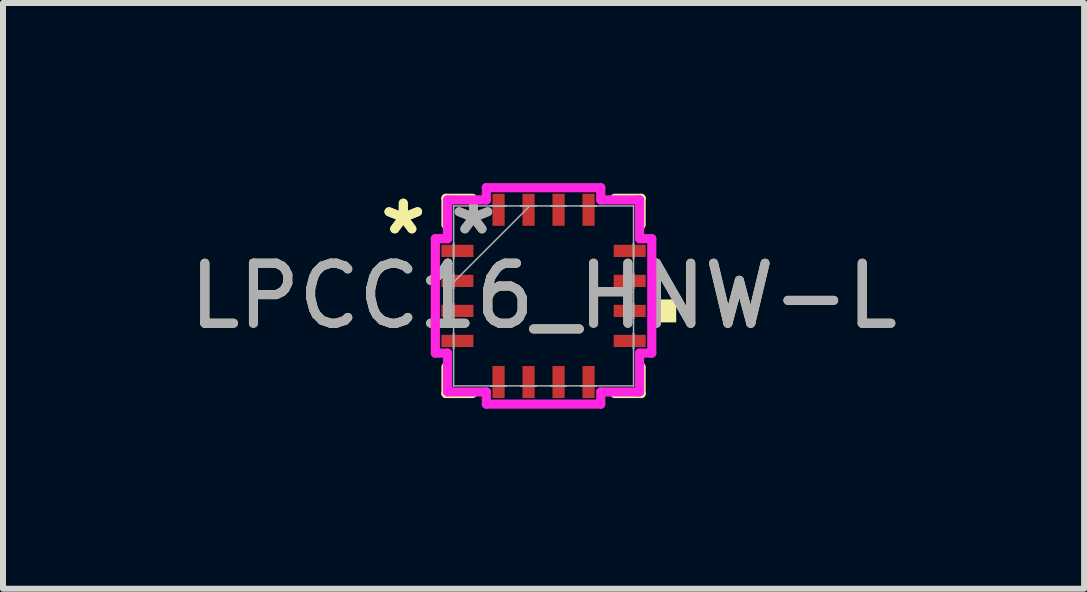
<source format=kicad_pcb>
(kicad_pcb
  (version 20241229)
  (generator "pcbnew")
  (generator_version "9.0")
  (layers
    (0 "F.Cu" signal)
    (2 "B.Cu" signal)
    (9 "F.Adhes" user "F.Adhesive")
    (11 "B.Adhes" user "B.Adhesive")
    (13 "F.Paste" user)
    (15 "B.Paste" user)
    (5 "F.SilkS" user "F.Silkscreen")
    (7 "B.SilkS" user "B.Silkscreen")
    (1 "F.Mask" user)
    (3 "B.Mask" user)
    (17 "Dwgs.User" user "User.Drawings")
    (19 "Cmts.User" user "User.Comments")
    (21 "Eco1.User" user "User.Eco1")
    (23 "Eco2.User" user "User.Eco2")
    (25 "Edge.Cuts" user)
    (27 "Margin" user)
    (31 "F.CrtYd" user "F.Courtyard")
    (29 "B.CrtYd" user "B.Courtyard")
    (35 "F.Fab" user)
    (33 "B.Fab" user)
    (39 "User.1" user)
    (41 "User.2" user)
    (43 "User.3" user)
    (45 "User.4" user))
  (footprint "LPCC16_HNW-L"
    (layer "F.Cu")
    (at 6.006 1.88)
    (property "Reference" "LPCC16_HNW-L" (at 0 0 0) (unlocked yes) (layer "F.SilkS") (effects (font (size 1 1) (thickness 0.15))))
    (attr smd)
    (fp_line (start -1.626 -1.626) (end -1.626 -1.184) (stroke (width 0.152) (type solid)) (layer "F.SilkS"))
    (fp_line (start -1.626 1.184) (end -1.626 1.626) (stroke (width 0.152) (type solid)) (layer "F.SilkS"))
    (fp_line (start -1.626 1.626) (end -1.184 1.626) (stroke (width 0.152) (type solid)) (layer "F.SilkS"))
    (fp_line (start -1.184 -1.626) (end -1.626 -1.626) (stroke (width 0.152) (type solid)) (layer "F.SilkS"))
    (fp_line (start 1.184 1.626) (end 1.626 1.626) (stroke (width 0.152) (type solid)) (layer "F.SilkS"))
    (fp_line (start 1.626 -1.626) (end 1.184 -1.626) (stroke (width 0.152) (type solid)) (layer "F.SilkS"))
    (fp_line (start 1.626 -1.184) (end 1.626 -1.626) (stroke (width 0.152) (type solid)) (layer "F.SilkS"))
    (fp_line (start 1.626 1.626) (end 1.626 1.184) (stroke (width 0.152) (type solid)) (layer "F.SilkS"))
    (fp_poly (pts (xy 2.21 0.059) (xy 2.21 0.441) (xy 1.956 0.441) (xy 1.956 0.059)) (stroke (width 0) (type solid)) (fill yes) (layer "F.SilkS"))
    (fp_line (start -1.803 -0.953) (end -1.6 -0.953) (stroke (width 0.152) (type solid)) (layer "F.CrtYd"))
    (fp_line (start -1.803 0.953) (end -1.803 -0.953) (stroke (width 0.152) (type solid)) (layer "F.CrtYd"))
    (fp_line (start -1.6 -1.6) (end -0.953 -1.6) (stroke (width 0.152) (type solid)) (layer "F.CrtYd"))
    (fp_line (start -1.6 -0.953) (end -1.6 -1.6) (stroke (width 0.152) (type solid)) (layer "F.CrtYd"))
    (fp_line (start -1.6 0.953) (end -1.803 0.953) (stroke (width 0.152) (type solid)) (layer "F.CrtYd"))
    (fp_line (start -1.6 1.6) (end -1.6 0.953) (stroke (width 0.152) (type solid)) (layer "F.CrtYd"))
    (fp_line (start -0.953 -1.803) (end 0.953 -1.803) (stroke (width 0.152) (type solid)) (layer "F.CrtYd"))
    (fp_line (start -0.953 -1.6) (end -0.953 -1.803) (stroke (width 0.152) (type solid)) (layer "F.CrtYd"))
    (fp_line (start -0.953 1.6) (end -1.6 1.6) (stroke (width 0.152) (type solid)) (layer "F.CrtYd"))
    (fp_line (start -0.953 1.803) (end -0.953 1.6) (stroke (width 0.152) (type solid)) (layer "F.CrtYd"))
    (fp_line (start 0.953 -1.803) (end 0.953 -1.6) (stroke (width 0.152) (type solid)) (layer "F.CrtYd"))
    (fp_line (start 0.953 -1.6) (end 1.6 -1.6) (stroke (width 0.152) (type solid)) (layer "F.CrtYd"))
    (fp_line (start 0.953 1.6) (end 0.953 1.803) (stroke (width 0.152) (type solid)) (layer "F.CrtYd"))
    (fp_line (start 0.953 1.803) (end -0.953 1.803) (stroke (width 0.152) (type solid)) (layer "F.CrtYd"))
    (fp_line (start 1.6 -1.6) (end 1.6 -0.953) (stroke (width 0.152) (type solid)) (layer "F.CrtYd"))
    (fp_line (start 1.6 -0.953) (end 1.803 -0.953) (stroke (width 0.152) (type solid)) (layer "F.CrtYd"))
    (fp_line (start 1.6 0.953) (end 1.6 1.6) (stroke (width 0.152) (type solid)) (layer "F.CrtYd"))
    (fp_line (start 1.6 1.6) (end 0.953 1.6) (stroke (width 0.152) (type solid)) (layer "F.CrtYd"))
    (fp_line (start 1.803 -0.953) (end 1.803 0.953) (stroke (width 0.152) (type solid)) (layer "F.CrtYd"))
    (fp_line (start 1.803 0.953) (end 1.6 0.953) (stroke (width 0.152) (type solid)) (layer "F.CrtYd"))
    (fp_line (start -1.499 -1.499) (end -1.499 -1.499) (stroke (width 0.025) (type solid)) (layer "F.Fab"))
    (fp_line (start -1.499 -1.499) (end -1.499 1.499) (stroke (width 0.025) (type solid)) (layer "F.Fab"))
    (fp_line (start -1.499 -0.877) (end -1.499 -0.877) (stroke (width 0.025) (type solid)) (layer "F.Fab"))
    (fp_line (start -1.499 -0.877) (end -1.499 -0.623) (stroke (width 0.025) (type solid)) (layer "F.Fab"))
    (fp_line (start -1.499 -0.623) (end -1.499 -0.877) (stroke (width 0.025) (type solid)) (layer "F.Fab"))
    (fp_line (start -1.499 -0.623) (end -1.499 -0.623) (stroke (width 0.025) (type solid)) (layer "F.Fab"))
    (fp_line (start -1.499 -0.377) (end -1.499 -0.377) (stroke (width 0.025) (type solid)) (layer "F.Fab"))
    (fp_line (start -1.499 -0.377) (end -1.499 -0.123) (stroke (width 0.025) (type solid)) (layer "F.Fab"))
    (fp_line (start -1.499 -0.229) (end -0.229 -1.499) (stroke (width 0.025) (type solid)) (layer "F.Fab"))
    (fp_line (start -1.499 -0.123) (end -1.499 -0.377) (stroke (width 0.025) (type solid)) (layer "F.Fab"))
    (fp_line (start -1.499 -0.123) (end -1.499 -0.123) (stroke (width 0.025) (type solid)) (layer "F.Fab"))
    (fp_line (start -1.499 0.123) (end -1.499 0.123) (stroke (width 0.025) (type solid)) (layer "F.Fab"))
    (fp_line (start -1.499 0.123) (end -1.499 0.377) (stroke (width 0.025) (type solid)) (layer "F.Fab"))
    (fp_line (start -1.499 0.377) (end -1.499 0.123) (stroke (width 0.025) (type solid)) (layer "F.Fab"))
    (fp_line (start -1.499 0.377) (end -1.499 0.377) (stroke (width 0.025) (type solid)) (layer "F.Fab"))
    (fp_line (start -1.499 0.623) (end -1.499 0.623) (stroke (width 0.025) (type solid)) (layer "F.Fab"))
    (fp_line (start -1.499 0.623) (end -1.499 0.877) (stroke (width 0.025) (type solid)) (layer "F.Fab"))
    (fp_line (start -1.499 0.877) (end -1.499 0.623) (stroke (width 0.025) (type solid)) (layer "F.Fab"))
    (fp_line (start -1.499 0.877) (end -1.499 0.877) (stroke (width 0.025) (type solid)) (layer "F.Fab"))
    (fp_line (start -1.499 1.499) (end -1.499 1.499) (stroke (width 0.025) (type solid)) (layer "F.Fab"))
    (fp_line (start -1.499 1.499) (end 1.499 1.499) (stroke (width 0.025) (type solid)) (layer "F.Fab"))
    (fp_line (start -0.877 -1.499) (end -0.877 -1.499) (stroke (width 0.025) (type solid)) (layer "F.Fab"))
    (fp_line (start -0.877 -1.499) (end -0.623 -1.499) (stroke (width 0.025) (type solid)) (layer "F.Fab"))
    (fp_line (start -0.877 1.499) (end -0.877 1.499) (stroke (width 0.025) (type solid)) (layer "F.Fab"))
    (fp_line (start -0.877 1.499) (end -0.623 1.499) (stroke (width 0.025) (type solid)) (layer "F.Fab"))
    (fp_line (start -0.623 -1.499) (end -0.877 -1.499) (stroke (width 0.025) (type solid)) (layer "F.Fab"))
    (fp_line (start -0.623 -1.499) (end -0.623 -1.499) (stroke (width 0.025) (type solid)) (layer "F.Fab"))
    (fp_line (start -0.623 1.499) (end -0.877 1.499) (stroke (width 0.025) (type solid)) (layer "F.Fab"))
    (fp_line (start -0.623 1.499) (end -0.623 1.499) (stroke (width 0.025) (type solid)) (layer "F.Fab"))
    (fp_line (start -0.377 -1.499) (end -0.377 -1.499) (stroke (width 0.025) (type solid)) (layer "F.Fab"))
    (fp_line (start -0.377 -1.499) (end -0.123 -1.499) (stroke (width 0.025) (type solid)) (layer "F.Fab"))
    (fp_line (start -0.377 1.499) (end -0.377 1.499) (stroke (width 0.025) (type solid)) (layer "F.Fab"))
    (fp_line (start -0.377 1.499) (end -0.123 1.499) (stroke (width 0.025) (type solid)) (layer "F.Fab"))
    (fp_line (start -0.123 -1.499) (end -0.377 -1.499) (stroke (width 0.025) (type solid)) (layer "F.Fab"))
    (fp_line (start -0.123 -1.499) (end -0.123 -1.499) (stroke (width 0.025) (type solid)) (layer "F.Fab"))
    (fp_line (start -0.123 1.499) (end -0.377 1.499) (stroke (width 0.025) (type solid)) (layer "F.Fab"))
    (fp_line (start -0.123 1.499) (end -0.123 1.499) (stroke (width 0.025) (type solid)) (layer "F.Fab"))
    (fp_line (start 0.123 -1.499) (end 0.123 -1.499) (stroke (width 0.025) (type solid)) (layer "F.Fab"))
    (fp_line (start 0.123 -1.499) (end 0.377 -1.499) (stroke (width 0.025) (type solid)) (layer "F.Fab"))
    (fp_line (start 0.123 1.499) (end 0.123 1.499) (stroke (width 0.025) (type solid)) (layer "F.Fab"))
    (fp_line (start 0.123 1.499) (end 0.377 1.499) (stroke (width 0.025) (type solid)) (layer "F.Fab"))
    (fp_line (start 0.377 -1.499) (end 0.123 -1.499) (stroke (width 0.025) (type solid)) (layer "F.Fab"))
    (fp_line (start 0.377 -1.499) (end 0.377 -1.499) (stroke (width 0.025) (type solid)) (layer "F.Fab"))
    (fp_line (start 0.377 1.499) (end 0.123 1.499) (stroke (width 0.025) (type solid)) (layer "F.Fab"))
    (fp_line (start 0.377 1.499) (end 0.377 1.499) (stroke (width 0.025) (type solid)) (layer "F.Fab"))
    (fp_line (start 0.623 -1.499) (end 0.623 -1.499) (stroke (width 0.025) (type solid)) (layer "F.Fab"))
    (fp_line (start 0.623 -1.499) (end 0.877 -1.499) (stroke (width 0.025) (type solid)) (layer "F.Fab"))
    (fp_line (start 0.623 1.499) (end 0.623 1.499) (stroke (width 0.025) (type solid)) (layer "F.Fab"))
    (fp_line (start 0.623 1.499) (end 0.877 1.499) (stroke (width 0.025) (type solid)) (layer "F.Fab"))
    (fp_line (start 0.877 -1.499) (end 0.623 -1.499) (stroke (width 0.025) (type solid)) (layer "F.Fab"))
    (fp_line (start 0.877 -1.499) (end 0.877 -1.499) (stroke (width 0.025) (type solid)) (layer "F.Fab"))
    (fp_line (start 0.877 1.499) (end 0.623 1.499) (stroke (width 0.025) (type solid)) (layer "F.Fab"))
    (fp_line (start 0.877 1.499) (end 0.877 1.499) (stroke (width 0.025) (type solid)) (layer "F.Fab"))
    (fp_line (start 1.499 -1.499) (end -1.499 -1.499) (stroke (width 0.025) (type solid)) (layer "F.Fab"))
    (fp_line (start 1.499 -1.499) (end 1.499 -1.499) (stroke (width 0.025) (type solid)) (layer "F.Fab"))
    (fp_line (start 1.499 -0.877) (end 1.499 -0.877) (stroke (width 0.025) (type solid)) (layer "F.Fab"))
    (fp_line (start 1.499 -0.877) (end 1.499 -0.623) (stroke (width 0.025) (type solid)) (layer "F.Fab"))
    (fp_line (start 1.499 -0.623) (end 1.499 -0.877) (stroke (width 0.025) (type solid)) (layer "F.Fab"))
    (fp_line (start 1.499 -0.623) (end 1.499 -0.623) (stroke (width 0.025) (type solid)) (layer "F.Fab"))
    (fp_line (start 1.499 -0.377) (end 1.499 -0.377) (stroke (width 0.025) (type solid)) (layer "F.Fab"))
    (fp_line (start 1.499 -0.377) (end 1.499 -0.123) (stroke (width 0.025) (type solid)) (layer "F.Fab"))
    (fp_line (start 1.499 -0.123) (end 1.499 -0.377) (stroke (width 0.025) (type solid)) (layer "F.Fab"))
    (fp_line (start 1.499 -0.123) (end 1.499 -0.123) (stroke (width 0.025) (type solid)) (layer "F.Fab"))
    (fp_line (start 1.499 0.123) (end 1.499 0.123) (stroke (width 0.025) (type solid)) (layer "F.Fab"))
    (fp_line (start 1.499 0.123) (end 1.499 0.377) (stroke (width 0.025) (type solid)) (layer "F.Fab"))
    (fp_line (start 1.499 0.377) (end 1.499 0.123) (stroke (width 0.025) (type solid)) (layer "F.Fab"))
    (fp_line (start 1.499 0.377) (end 1.499 0.377) (stroke (width 0.025) (type solid)) (layer "F.Fab"))
    (fp_line (start 1.499 0.623) (end 1.499 0.623) (stroke (width 0.025) (type solid)) (layer "F.Fab"))
    (fp_line (start 1.499 0.623) (end 1.499 0.877) (stroke (width 0.025) (type solid)) (layer "F.Fab"))
    (fp_line (start 1.499 0.877) (end 1.499 0.623) (stroke (width 0.025) (type solid)) (layer "F.Fab"))
    (fp_line (start 1.499 0.877) (end 1.499 0.877) (stroke (width 0.025) (type solid)) (layer "F.Fab"))
    (fp_line (start 1.499 1.499) (end 1.499 -1.499) (stroke (width 0.025) (type solid)) (layer "F.Fab"))
    (fp_line (start 1.499 1.499) (end 1.499 1.499) (stroke (width 0.025) (type solid)) (layer "F.Fab"))
    (fp_text user "*" (at -2.337 -1 0) (unlocked yes) (layer "F.SilkS") (effects (font (size 1 1) (thickness 0.15))))
    (fp_text user "*" (at -2.337 -1 0) (layer "F.SilkS") (effects (font (size 1 1) (thickness 0.15))))
    (fp_text user "*" (at -1.168 -1 0) (layer "F.Fab") (effects (font (size 1 1) (thickness 0.15))))
    (fp_text user "${REFERENCE}" (at 0 0 0) (unlocked yes) (layer "F.Fab") (effects (font (size 1 1) (thickness 0.15))))
    (fp_text user "*" (at -1.168 -1 0) (unlocked yes) (layer "F.Fab") (effects (font (size 1 1) (thickness 0.15))))
    (pad "1" smd rect (at -1.435 -0.75 90) (size 0.203 0.533) (layers "F.Cu" "F.Mask" "F.Paste"))
    (pad "2" smd rect (at -1.435 -0.25 90) (size 0.203 0.533) (layers "F.Cu" "F.Mask" "F.Paste"))
    (pad "3" smd rect (at -1.435 0.25 90) (size 0.203 0.533) (layers "F.Cu" "F.Mask" "F.Paste"))
    (pad "4" smd rect (at -1.435 0.75 90) (size 0.203 0.533) (layers "F.Cu" "F.Mask" "F.Paste"))
    (pad "5" smd rect (at -0.75 1.435) (size 0.203 0.533) (layers "F.Cu" "F.Mask" "F.Paste"))
    (pad "6" smd rect (at -0.25 1.435) (size 0.203 0.533) (layers "F.Cu" "F.Mask" "F.Paste"))
    (pad "7" smd rect (at 0.25 1.435) (size 0.203 0.533) (layers "F.Cu" "F.Mask" "F.Paste"))
    (pad "8" smd rect (at 0.75 1.435) (size 0.203 0.533) (layers "F.Cu" "F.Mask" "F.Paste"))
    (pad "9" smd rect (at 1.435 0.75 90) (size 0.203 0.533) (layers "F.Cu" "F.Mask" "F.Paste"))
    (pad "10" smd rect (at 1.435 0.25 90) (size 0.203 0.533) (layers "F.Cu" "F.Mask" "F.Paste"))
    (pad "11" smd rect (at 1.435 -0.25 90) (size 0.203 0.533) (layers "F.Cu" "F.Mask" "F.Paste"))
    (pad "12" smd rect (at 1.435 -0.75 90) (size 0.203 0.533) (layers "F.Cu" "F.Mask" "F.Paste"))
    (pad "13" smd rect (at 0.75 -1.435) (size 0.203 0.533) (layers "F.Cu" "F.Mask" "F.Paste"))
    (pad "14" smd rect (at 0.25 -1.435) (size 0.203 0.533) (layers "F.Cu" "F.Mask" "F.Paste"))
    (pad "15" smd rect (at -0.25 -1.435) (size 0.203 0.533) (layers "F.Cu" "F.Mask" "F.Paste"))
    (pad "16" smd rect (at -0.75 -1.435) (size 0.203 0.533) (layers "F.Cu" "F.Mask" "F.Paste")))
  (gr_rect
    (start -3 -3)
    (end 15.012 6.759)
    (stroke (width 0.1) (type default))
    (fill no)
    (layer "Edge.Cuts")))
</source>
